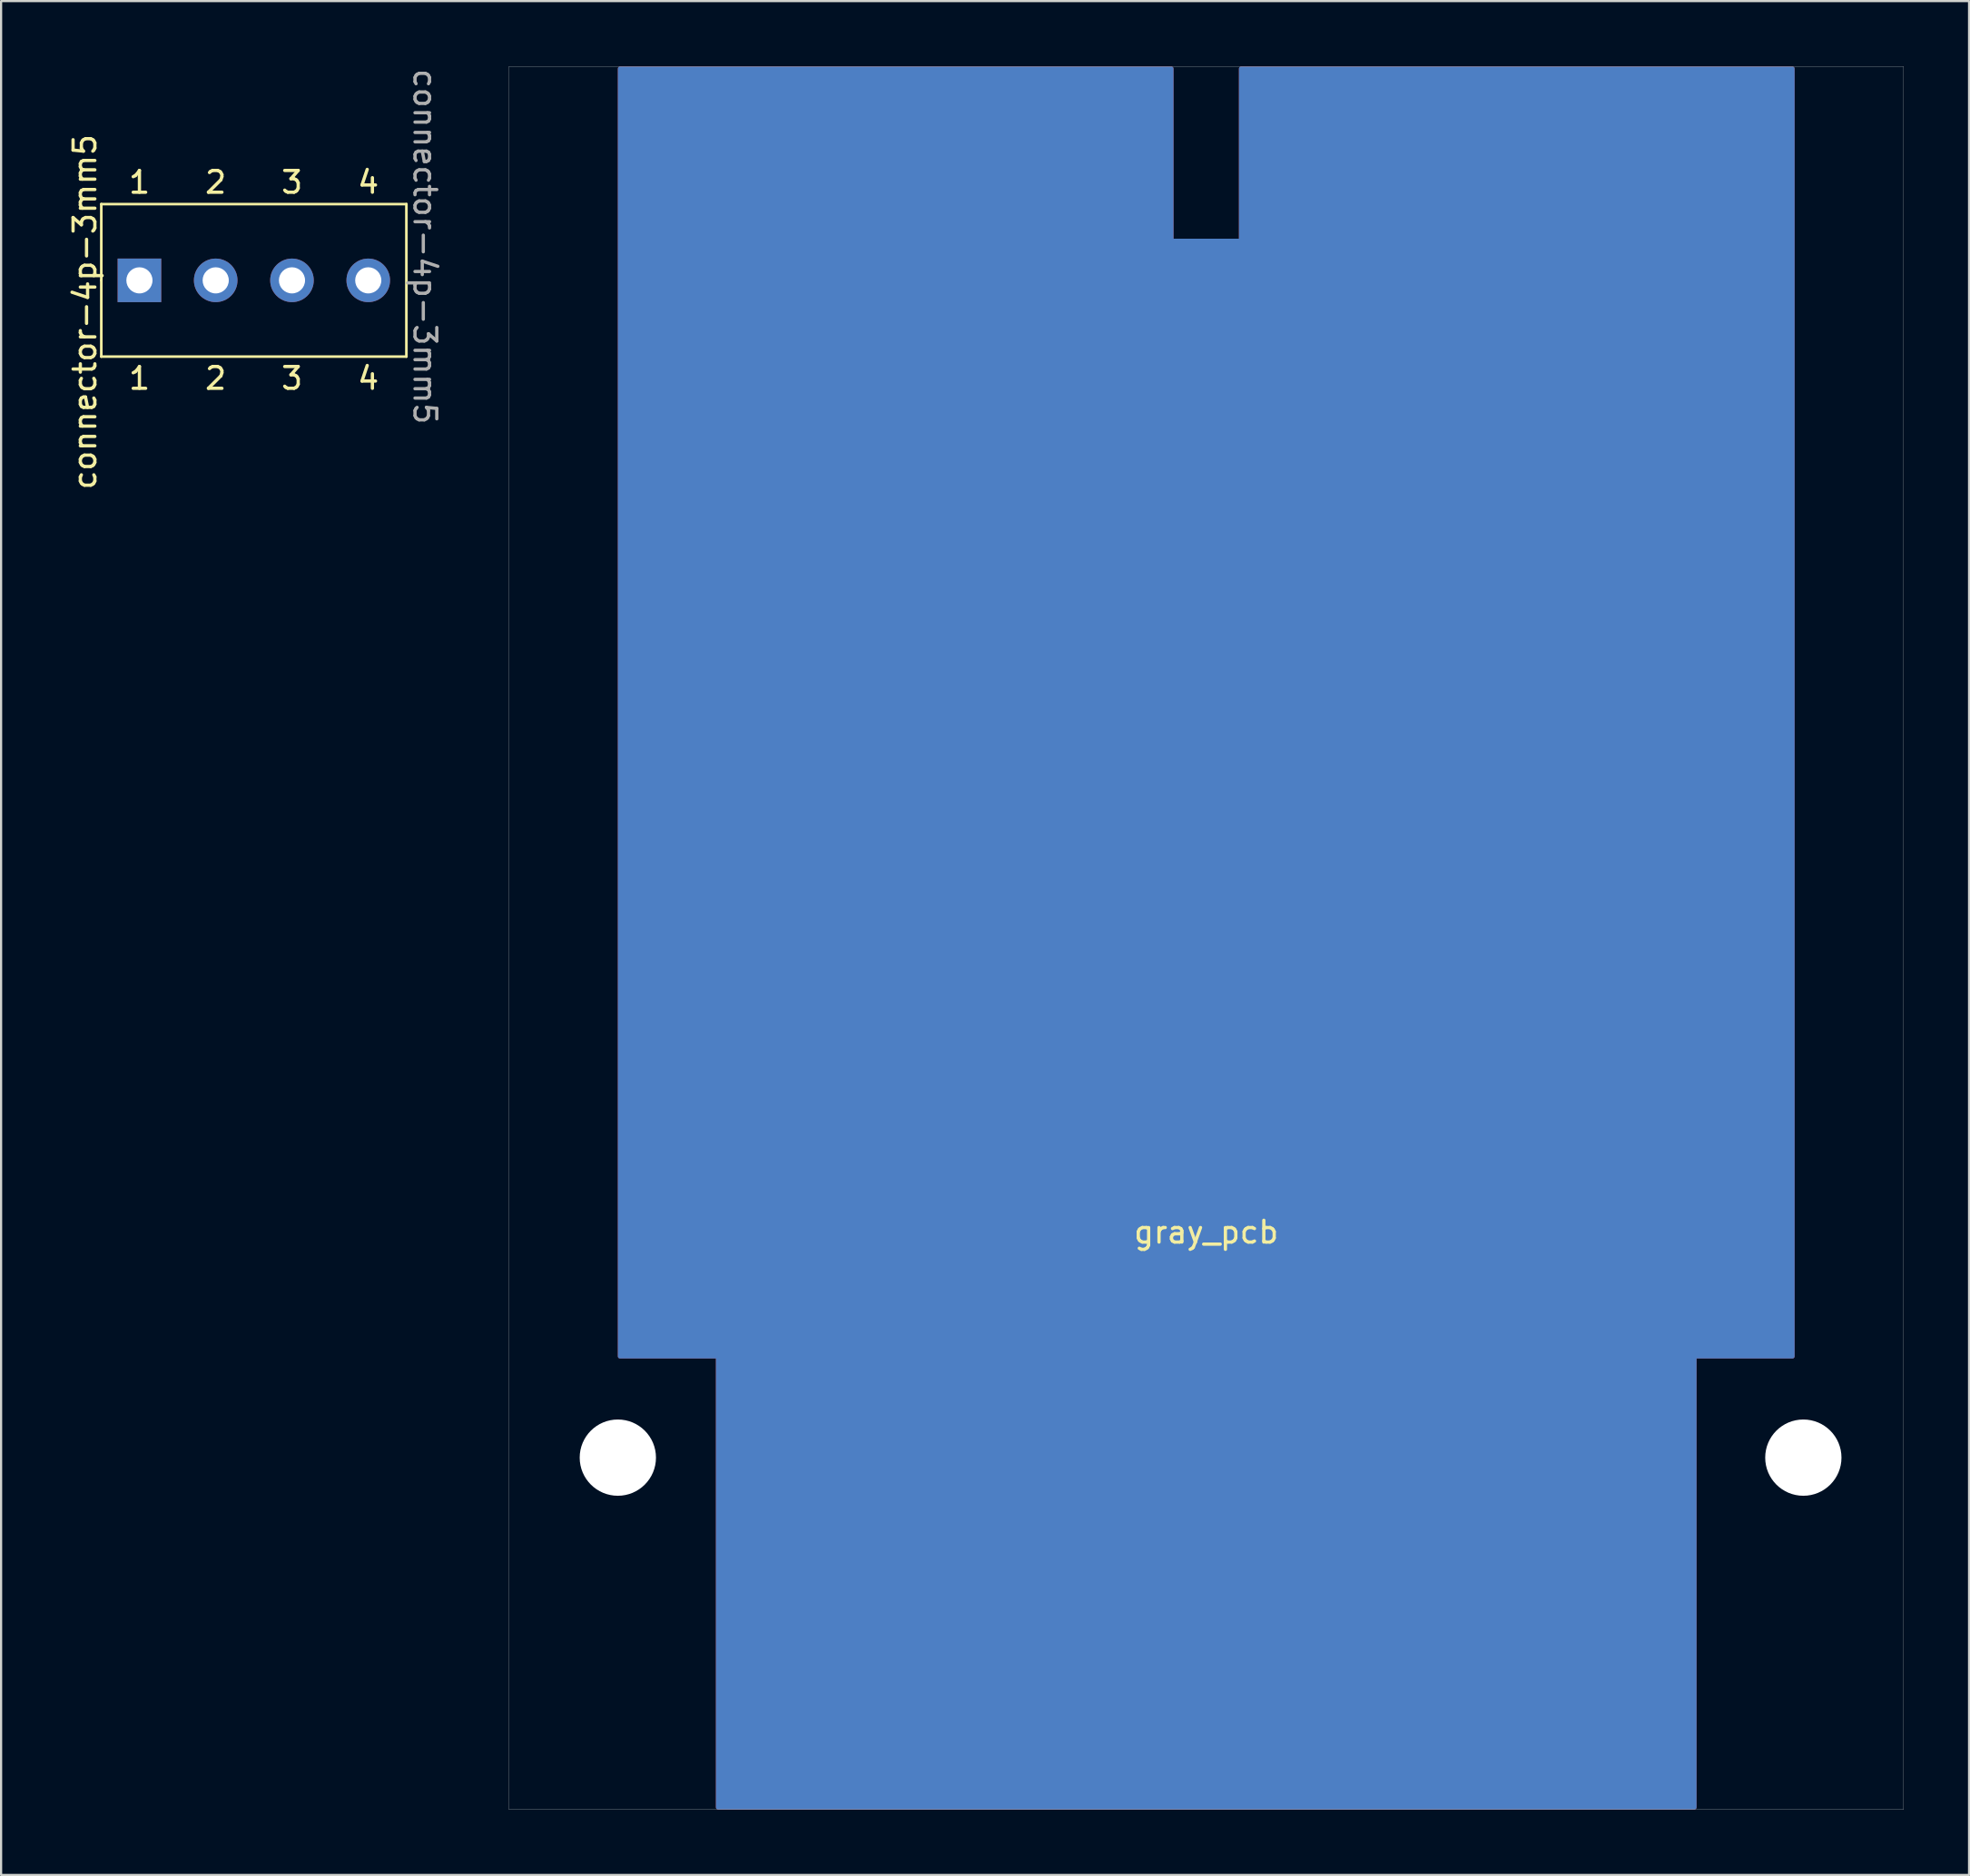
<source format=kicad_pcb>
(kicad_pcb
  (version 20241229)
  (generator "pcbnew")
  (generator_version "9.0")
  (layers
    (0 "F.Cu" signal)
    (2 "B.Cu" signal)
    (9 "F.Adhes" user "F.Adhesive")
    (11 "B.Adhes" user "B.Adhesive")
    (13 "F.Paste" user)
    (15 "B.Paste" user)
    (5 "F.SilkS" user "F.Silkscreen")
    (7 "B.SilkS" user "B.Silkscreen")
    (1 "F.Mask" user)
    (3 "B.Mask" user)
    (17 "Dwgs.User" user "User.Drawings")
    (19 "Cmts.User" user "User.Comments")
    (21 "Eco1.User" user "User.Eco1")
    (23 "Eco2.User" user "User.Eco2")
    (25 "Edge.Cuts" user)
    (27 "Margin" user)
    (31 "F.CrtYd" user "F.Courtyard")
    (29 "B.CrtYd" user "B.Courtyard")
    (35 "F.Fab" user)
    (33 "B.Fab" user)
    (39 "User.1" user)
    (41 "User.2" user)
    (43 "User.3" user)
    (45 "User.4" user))
  (footprint "gray_pcb"
    (layer "F.Cu")
    (at 52.301 40.005)
    (property "Reference" "gray_pcb" (at 0 13.5 180) (layer "F.SilkS") (effects (font (size 1 1) (thickness 0.15))))
    (attr smd)
    (fp_poly (pts (xy -1.6 -32) (xy 1.6 -32) (xy 1.6 -39.9) (xy 26.9 -39.9) (xy 26.9 19.2) (xy 22.4 19.2) (xy 22.4 39.9) (xy -22.4 39.9) (xy -22.4 19.2) (xy -26.9 19.2) (xy -26.9 -39.9) (xy -1.6 -39.9)) (stroke (width 0.2) (type solid)) (fill yes) (layer "F.Cu"))
    (fp_poly (pts (xy 1.6 -32) (xy -1.6 -32) (xy -1.6 -39.9) (xy -26.9 -39.9) (xy -26.9 19.2) (xy -22.4 19.2) (xy -22.4 39.9) (xy 22.4 39.9) (xy 22.4 19.2) (xy 26.9 19.2) (xy 26.9 -39.9) (xy 1.6 -39.9)) (stroke (width 0.2) (type solid)) (fill yes) (layer "B.Cu"))
    (fp_line (start -32 -40) (end -32 40) (stroke (width 0.01) (type solid)) (layer "Edge.Cuts"))
    (fp_line (start -32 -40) (end 32 -40) (stroke (width 0.01) (type solid)) (layer "Edge.Cuts"))
    (fp_line (start -32 40) (end 32 40) (stroke (width 0.01) (type solid)) (layer "Edge.Cuts"))
    (fp_line (start 32 -40) (end 32 40) (stroke (width 0.01) (type solid)) (layer "Edge.Cuts"))
    (pad "" np_thru_hole circle (at -27 23.85) (size 3.5 3.5) (drill 3.5) (layers "*.Cu" "*.Mask"))
    (pad "" np_thru_hole circle (at 27.4 23.85) (size 3.5 3.5) (drill 3.5) (layers "*.Cu" "*.Mask"))
    (zone (net_name "") (layers "F.Cu" "B.Cu" "F.Adhes" "B.Adhes" "F.Paste" "B.Paste" "Edge.Cuts") (name "Keep out left") (hatch full 0.508) (connect_pads) (min_thickness 0.254) (filled_areas_thickness no) (keepout (tracks not_allowed) (vias not_allowed) (pads not_allowed) (copperpour allowed) (footprints not_allowed)) (placement (enabled no)) (fill) (polygon (pts (xy 25.302 59.305) (xy 29.802 59.305) (xy 29.802 80.005) (xy 20.302 80.005) (xy 20.302 0.005) (xy 25.302 0.005))))
    (zone (net_name "") (layers "F.Cu" "B.Cu" "F.Adhes" "B.Adhes" "F.Paste" "B.Paste" "Edge.Cuts") (name "Keep out left") (hatch full 0.508) (connect_pads) (min_thickness 0.254) (filled_areas_thickness no) (keepout (tracks not_allowed) (vias not_allowed) (pads not_allowed) (copperpour allowed) (footprints not_allowed)) (placement (enabled no)) (fill) (polygon (pts (xy 79.302 59.305) (xy 74.802 59.305) (xy 74.802 80.005) (xy 84.302 80.005) (xy 84.302 0.005) (xy 79.302 0.005))))
    (zone (net_name "") (layers "B.Cu" "B.Adhes" "B.Paste" "Edge.Cuts") (name "Keep out middle") (hatch edge 0.508) (connect_pads) (min_thickness 0.254) (filled_areas_thickness no) (keepout (tracks not_allowed) (vias not_allowed) (pads not_allowed) (copperpour allowed) (footprints allowed)) (placement (enabled no)) (fill) (polygon (pts (xy 53.801 7.905) (xy 50.801 7.905) (xy 50.801 0.005) (xy 53.801 0.005)))))
  (footprint "connector-4p-3mm5"
    (layer "F.Cu")
    (at 8.598 9.818)
    (property "Reference" "connector-4p-3mm5" (at -7.75 1.45 90) (unlocked yes) (layer "F.SilkS") (effects (font (size 1 1) (thickness 0.15))))
    (attr through_hole)
    (fp_line (start -7 -3.5) (end 7 -3.5) (stroke (width 0.12) (type solid)) (layer "F.SilkS"))
    (fp_line (start -7 0) (end -7 -3.5) (stroke (width 0.12) (type solid)) (layer "F.SilkS"))
    (fp_line (start -7 3.5) (end -7 0) (stroke (width 0.12) (type solid)) (layer "F.SilkS"))
    (fp_line (start 7 -3.5) (end 7 3.5) (stroke (width 0.12) (type solid)) (layer "F.SilkS"))
    (fp_line (start 7 3.5) (end -7 3.5) (stroke (width 0.12) (type solid)) (layer "F.SilkS"))
    (fp_text user "1" (at -5.25 -4.5 0) (unlocked yes) (layer "F.SilkS") (effects (font (size 1 1) (thickness 0.15))))
    (fp_text user "4" (at 5.25 -4.5 0) (unlocked yes) (layer "F.SilkS") (effects (font (size 1 1) (thickness 0.15))))
    (fp_text user "3" (at 1.75 4.5 0) (unlocked yes) (layer "F.SilkS") (effects (font (size 1 1) (thickness 0.15))))
    (fp_text user "2" (at -1.75 -4.5 0) (unlocked yes) (layer "F.SilkS") (effects (font (size 1 1) (thickness 0.15))))
    (fp_text user "4" (at 5.25 4.5 0) (unlocked yes) (layer "F.SilkS") (effects (font (size 1 1) (thickness 0.15))))
    (fp_text user "2" (at -1.75 4.5 0) (unlocked yes) (layer "F.SilkS") (effects (font (size 1 1) (thickness 0.15))))
    (fp_text user "1" (at -5.25 4.5 0) (unlocked yes) (layer "F.SilkS") (effects (font (size 1 1) (thickness 0.15))))
    (fp_text user "3" (at 1.75 -4.5 0) (unlocked yes) (layer "F.SilkS") (effects (font (size 1 1) (thickness 0.15))))
    (fp_text user "${REFERENCE}" (at 7.85 -1.55 270) (unlocked yes) (layer "F.Fab") (effects (font (size 1 1) (thickness 0.15))))
    (pad "1" thru_hole rect (at -5.25 0) (size 2 2) (drill 1.2) (layers "*.Cu" "*.Mask"))
    (pad "2" thru_hole circle (at -1.75 0) (size 2 2) (drill 1.2) (layers "*.Cu" "*.Mask"))
    (pad "3" thru_hole circle (at 1.75 0) (size 2 2) (drill 1.2) (layers "*.Cu" "*.Mask"))
    (pad "4" thru_hole circle (at 5.25 0) (size 2 2) (drill 1.2) (layers "*.Cu" "*.Mask")))
  (gr_rect
    (start -3 -3)
    (end 87.306 83.01)
    (stroke (width 0.1) (type default))
    (fill no)
    (layer "Edge.Cuts")))
</source>
